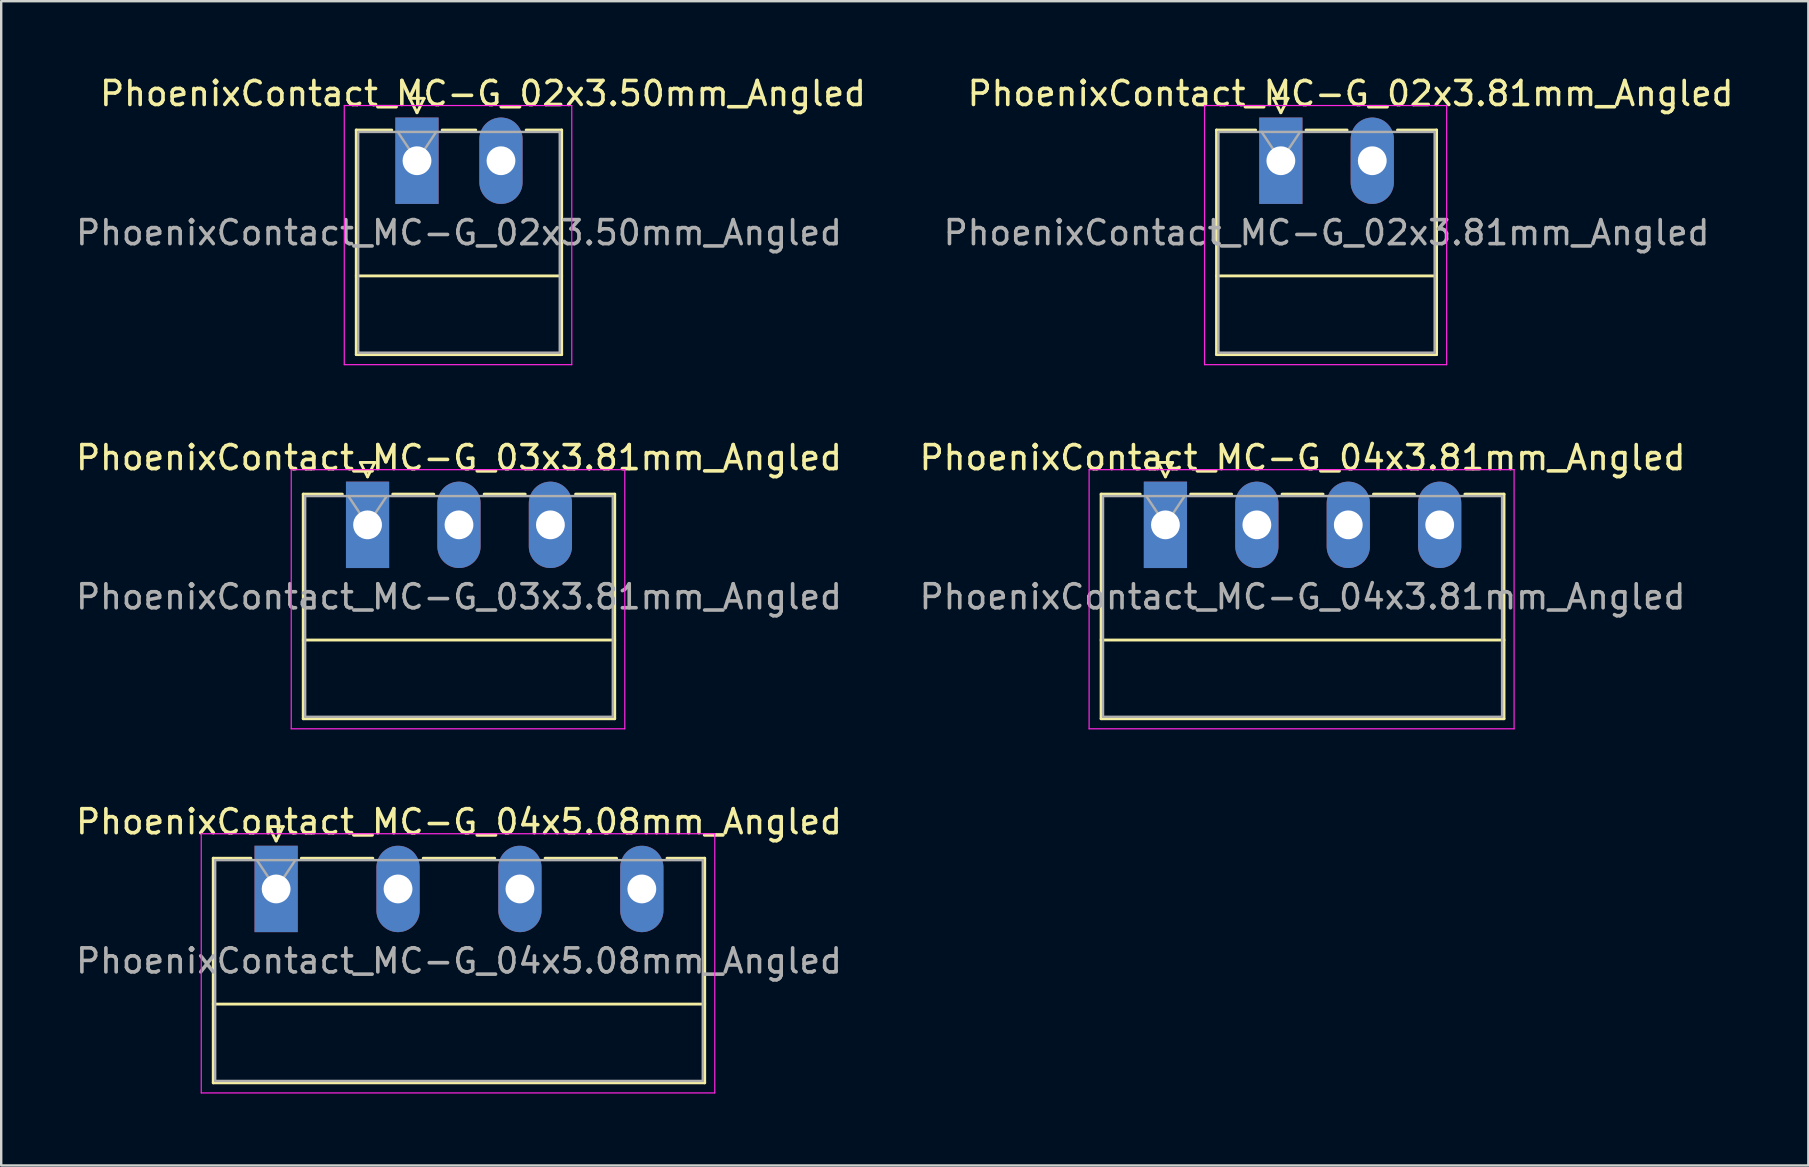
<source format=kicad_pcb>
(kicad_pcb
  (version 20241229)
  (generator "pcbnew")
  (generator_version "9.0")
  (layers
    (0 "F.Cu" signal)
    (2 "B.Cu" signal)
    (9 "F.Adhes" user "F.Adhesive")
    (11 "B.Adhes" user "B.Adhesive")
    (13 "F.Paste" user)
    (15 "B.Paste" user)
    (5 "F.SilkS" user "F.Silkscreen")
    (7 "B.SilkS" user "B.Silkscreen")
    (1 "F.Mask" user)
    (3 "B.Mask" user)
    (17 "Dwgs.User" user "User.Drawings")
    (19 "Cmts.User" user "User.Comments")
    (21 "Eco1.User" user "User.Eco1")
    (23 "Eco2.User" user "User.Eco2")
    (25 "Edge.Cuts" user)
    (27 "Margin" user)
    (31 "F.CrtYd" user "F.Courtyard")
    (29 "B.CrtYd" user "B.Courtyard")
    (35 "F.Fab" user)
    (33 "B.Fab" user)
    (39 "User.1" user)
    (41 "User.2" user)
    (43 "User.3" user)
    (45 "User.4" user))
  (footprint "PhoenixContact_MC-G_02x3.50mm_Angled"
    (layer "F.Cu")
    (at 14.327 3.648)
    (property "Reference" "PhoenixContact_MC-G_02x3.50mm_Angled" (at 2.75 -2.8 0) (layer "F.SilkS") (effects (font (size 1 1) (thickness 0.15))))
    (attr through_hole)
    (fp_line (start -2.53 -1.28) (end -2.53 8.08) (stroke (width 0.12) (type solid)) (layer "F.SilkS"))
    (fp_line (start -2.53 -1.28) (end -1.05 -1.28) (stroke (width 0.12) (type solid)) (layer "F.SilkS"))
    (fp_line (start -2.53 4.8) (end 6.03 4.8) (stroke (width 0.12) (type solid)) (layer "F.SilkS"))
    (fp_line (start -2.53 8.08) (end 6.03 8.08) (stroke (width 0.12) (type solid)) (layer "F.SilkS"))
    (fp_line (start -0.3 -2.6) (end 0.3 -2.6) (stroke (width 0.12) (type solid)) (layer "F.SilkS"))
    (fp_line (start 0 -2) (end -0.3 -2.6) (stroke (width 0.12) (type solid)) (layer "F.SilkS"))
    (fp_line (start 0.3 -2.6) (end 0 -2) (stroke (width 0.12) (type solid)) (layer "F.SilkS"))
    (fp_line (start 1.05 -1.28) (end 2.45 -1.28) (stroke (width 0.12) (type solid)) (layer "F.SilkS"))
    (fp_line (start 6.03 -1.28) (end 4.55 -1.28) (stroke (width 0.12) (type solid)) (layer "F.SilkS"))
    (fp_line (start 6.03 8.08) (end 6.03 -1.28) (stroke (width 0.12) (type solid)) (layer "F.SilkS"))
    (fp_line (start -3.03 -2.3) (end -3.03 8.5) (stroke (width 0.05) (type solid)) (layer "F.CrtYd"))
    (fp_line (start -3.03 8.5) (end 6.45 8.5) (stroke (width 0.05) (type solid)) (layer "F.CrtYd"))
    (fp_line (start 6.45 -2.3) (end -3.03 -2.3) (stroke (width 0.05) (type solid)) (layer "F.CrtYd"))
    (fp_line (start 6.45 8.5) (end 6.45 -2.3) (stroke (width 0.05) (type solid)) (layer "F.CrtYd"))
    (fp_line (start -2.45 -1.2) (end -2.45 8) (stroke (width 0.1) (type solid)) (layer "F.Fab"))
    (fp_line (start -2.45 8) (end 5.95 8) (stroke (width 0.1) (type solid)) (layer "F.Fab"))
    (fp_line (start 0 0) (end -0.8 -1.2) (stroke (width 0.1) (type solid)) (layer "F.Fab"))
    (fp_line (start 0.8 -1.2) (end 0 0) (stroke (width 0.1) (type solid)) (layer "F.Fab"))
    (fp_line (start 5.95 -1.2) (end -2.45 -1.2) (stroke (width 0.1) (type solid)) (layer "F.Fab"))
    (fp_line (start 5.95 8) (end 5.95 -1.2) (stroke (width 0.1) (type solid)) (layer "F.Fab"))
    (fp_text user "${REFERENCE}" (at 1.75 3 0) (layer "F.Fab") (effects (font (size 1 1) (thickness 0.15))))
    (pad "1" thru_hole rect (at 0 0) (size 1.8 3.6) (drill 1.2) (layers "*.Cu" "*.Mask"))
    (pad "2" thru_hole oval (at 3.5 0) (size 1.8 3.6) (drill 1.2) (layers "*.Cu" "*.Mask")))
  (footprint "PhoenixContact_MC-G_03x3.81mm_Angled"
    (layer "F.Cu")
    (at 12.267 18.822)
    (property "Reference" "PhoenixContact_MC-G_03x3.81mm_Angled" (at 3.81 -2.8 0) (layer "F.SilkS") (effects (font (size 1 1) (thickness 0.15))))
    (attr through_hole)
    (fp_line (start -2.68 -1.28) (end -2.68 8.08) (stroke (width 0.12) (type solid)) (layer "F.SilkS"))
    (fp_line (start -2.68 -1.28) (end -1.05 -1.28) (stroke (width 0.12) (type solid)) (layer "F.SilkS"))
    (fp_line (start -2.68 4.8) (end 10.3 4.8) (stroke (width 0.12) (type solid)) (layer "F.SilkS"))
    (fp_line (start -2.68 8.08) (end 10.3 8.08) (stroke (width 0.12) (type solid)) (layer "F.SilkS"))
    (fp_line (start -0.3 -2.6) (end 0.3 -2.6) (stroke (width 0.12) (type solid)) (layer "F.SilkS"))
    (fp_line (start 0 -2) (end -0.3 -2.6) (stroke (width 0.12) (type solid)) (layer "F.SilkS"))
    (fp_line (start 0.3 -2.6) (end 0 -2) (stroke (width 0.12) (type solid)) (layer "F.SilkS"))
    (fp_line (start 1.05 -1.28) (end 2.76 -1.28) (stroke (width 0.12) (type solid)) (layer "F.SilkS"))
    (fp_line (start 4.86 -1.28) (end 6.57 -1.28) (stroke (width 0.12) (type solid)) (layer "F.SilkS"))
    (fp_line (start 10.3 -1.28) (end 8.67 -1.28) (stroke (width 0.12) (type solid)) (layer "F.SilkS"))
    (fp_line (start 10.3 8.08) (end 10.3 -1.28) (stroke (width 0.12) (type solid)) (layer "F.SilkS"))
    (fp_line (start -3.18 -2.3) (end -3.18 8.5) (stroke (width 0.05) (type solid)) (layer "F.CrtYd"))
    (fp_line (start -3.18 8.5) (end 10.72 8.5) (stroke (width 0.05) (type solid)) (layer "F.CrtYd"))
    (fp_line (start 10.72 -2.3) (end -3.18 -2.3) (stroke (width 0.05) (type solid)) (layer "F.CrtYd"))
    (fp_line (start 10.72 8.5) (end 10.72 -2.3) (stroke (width 0.05) (type solid)) (layer "F.CrtYd"))
    (fp_line (start -2.6 -1.2) (end -2.6 8) (stroke (width 0.1) (type solid)) (layer "F.Fab"))
    (fp_line (start -2.6 8) (end 10.22 8) (stroke (width 0.1) (type solid)) (layer "F.Fab"))
    (fp_line (start 0 0) (end -0.8 -1.2) (stroke (width 0.1) (type solid)) (layer "F.Fab"))
    (fp_line (start 0.8 -1.2) (end 0 0) (stroke (width 0.1) (type solid)) (layer "F.Fab"))
    (fp_line (start 10.22 -1.2) (end -2.6 -1.2) (stroke (width 0.1) (type solid)) (layer "F.Fab"))
    (fp_line (start 10.22 8) (end 10.22 -1.2) (stroke (width 0.1) (type solid)) (layer "F.Fab"))
    (fp_text user "${REFERENCE}" (at 3.81 3 0) (layer "F.Fab") (effects (font (size 1 1) (thickness 0.15))))
    (pad "1" thru_hole rect (at 0 0) (size 1.8 3.6) (drill 1.2) (layers "*.Cu" "*.Mask"))
    (pad "2" thru_hole oval (at 3.81 0) (size 1.8 3.6) (drill 1.2) (layers "*.Cu" "*.Mask"))
    (pad "3" thru_hole oval (at 7.62 0) (size 1.8 3.6) (drill 1.2) (layers "*.Cu" "*.Mask")))
  (footprint "PhoenixContact_MC-G_02x3.81mm_Angled"
    (layer "F.Cu")
    (at 50.327 3.648)
    (property "Reference" "PhoenixContact_MC-G_02x3.81mm_Angled" (at 2.905 -2.8 0) (layer "F.SilkS") (effects (font (size 1 1) (thickness 0.15))))
    (attr through_hole)
    (fp_line (start -2.68 -1.28) (end -2.68 8.08) (stroke (width 0.12) (type solid)) (layer "F.SilkS"))
    (fp_line (start -2.68 -1.28) (end -1.05 -1.28) (stroke (width 0.12) (type solid)) (layer "F.SilkS"))
    (fp_line (start -2.68 4.8) (end 6.49 4.8) (stroke (width 0.12) (type solid)) (layer "F.SilkS"))
    (fp_line (start -2.68 8.08) (end 6.49 8.08) (stroke (width 0.12) (type solid)) (layer "F.SilkS"))
    (fp_line (start -0.3 -2.6) (end 0.3 -2.6) (stroke (width 0.12) (type solid)) (layer "F.SilkS"))
    (fp_line (start 0 -2) (end -0.3 -2.6) (stroke (width 0.12) (type solid)) (layer "F.SilkS"))
    (fp_line (start 0.3 -2.6) (end 0 -2) (stroke (width 0.12) (type solid)) (layer "F.SilkS"))
    (fp_line (start 1.05 -1.28) (end 2.76 -1.28) (stroke (width 0.12) (type solid)) (layer "F.SilkS"))
    (fp_line (start 6.49 -1.28) (end 4.86 -1.28) (stroke (width 0.12) (type solid)) (layer "F.SilkS"))
    (fp_line (start 6.49 8.08) (end 6.49 -1.28) (stroke (width 0.12) (type solid)) (layer "F.SilkS"))
    (fp_line (start -3.18 -2.3) (end -3.18 8.5) (stroke (width 0.05) (type solid)) (layer "F.CrtYd"))
    (fp_line (start -3.18 8.5) (end 6.91 8.5) (stroke (width 0.05) (type solid)) (layer "F.CrtYd"))
    (fp_line (start 6.91 -2.3) (end -3.18 -2.3) (stroke (width 0.05) (type solid)) (layer "F.CrtYd"))
    (fp_line (start 6.91 8.5) (end 6.91 -2.3) (stroke (width 0.05) (type solid)) (layer "F.CrtYd"))
    (fp_line (start -2.6 -1.2) (end -2.6 8) (stroke (width 0.1) (type solid)) (layer "F.Fab"))
    (fp_line (start -2.6 8) (end 6.41 8) (stroke (width 0.1) (type solid)) (layer "F.Fab"))
    (fp_line (start 0 0) (end -0.8 -1.2) (stroke (width 0.1) (type solid)) (layer "F.Fab"))
    (fp_line (start 0.8 -1.2) (end 0 0) (stroke (width 0.1) (type solid)) (layer "F.Fab"))
    (fp_line (start 6.41 -1.2) (end -2.6 -1.2) (stroke (width 0.1) (type solid)) (layer "F.Fab"))
    (fp_line (start 6.41 8) (end 6.41 -1.2) (stroke (width 0.1) (type solid)) (layer "F.Fab"))
    (fp_text user "${REFERENCE}" (at 1.905 3 0) (layer "F.Fab") (effects (font (size 1 1) (thickness 0.15))))
    (pad "1" thru_hole rect (at 0 0) (size 1.8 3.6) (drill 1.2) (layers "*.Cu" "*.Mask"))
    (pad "2" thru_hole oval (at 3.81 0) (size 1.8 3.6) (drill 1.2) (layers "*.Cu" "*.Mask")))
  (footprint "PhoenixContact_MC-G_04x5.08mm_Angled"
    (layer "F.Cu")
    (at 8.457 33.995)
    (property "Reference" "PhoenixContact_MC-G_04x5.08mm_Angled" (at 7.62 -2.8 0) (layer "F.SilkS") (effects (font (size 1 1) (thickness 0.15))))
    (attr through_hole)
    (fp_line (start -2.62 -1.28) (end -2.62 8.08) (stroke (width 0.12) (type solid)) (layer "F.SilkS"))
    (fp_line (start -2.62 -1.28) (end -1.05 -1.28) (stroke (width 0.12) (type solid)) (layer "F.SilkS"))
    (fp_line (start -2.62 4.8) (end 17.86 4.8) (stroke (width 0.12) (type solid)) (layer "F.SilkS"))
    (fp_line (start -2.62 8.08) (end 17.86 8.08) (stroke (width 0.12) (type solid)) (layer "F.SilkS"))
    (fp_line (start -0.3 -2.6) (end 0.3 -2.6) (stroke (width 0.12) (type solid)) (layer "F.SilkS"))
    (fp_line (start 0 -2) (end -0.3 -2.6) (stroke (width 0.12) (type solid)) (layer "F.SilkS"))
    (fp_line (start 0.3 -2.6) (end 0 -2) (stroke (width 0.12) (type solid)) (layer "F.SilkS"))
    (fp_line (start 1.05 -1.28) (end 4.03 -1.28) (stroke (width 0.12) (type solid)) (layer "F.SilkS"))
    (fp_line (start 6.13 -1.28) (end 9.11 -1.28) (stroke (width 0.12) (type solid)) (layer "F.SilkS"))
    (fp_line (start 11.21 -1.28) (end 14.19 -1.28) (stroke (width 0.12) (type solid)) (layer "F.SilkS"))
    (fp_line (start 17.86 -1.28) (end 16.29 -1.28) (stroke (width 0.12) (type solid)) (layer "F.SilkS"))
    (fp_line (start 17.86 8.08) (end 17.86 -1.28) (stroke (width 0.12) (type solid)) (layer "F.SilkS"))
    (fp_line (start -3.12 -2.3) (end -3.12 8.5) (stroke (width 0.05) (type solid)) (layer "F.CrtYd"))
    (fp_line (start -3.12 8.5) (end 18.28 8.5) (stroke (width 0.05) (type solid)) (layer "F.CrtYd"))
    (fp_line (start 18.28 -2.3) (end -3.12 -2.3) (stroke (width 0.05) (type solid)) (layer "F.CrtYd"))
    (fp_line (start 18.28 8.5) (end 18.28 -2.3) (stroke (width 0.05) (type solid)) (layer "F.CrtYd"))
    (fp_line (start -2.54 -1.2) (end -2.54 8) (stroke (width 0.1) (type solid)) (layer "F.Fab"))
    (fp_line (start -2.54 8) (end 17.78 8) (stroke (width 0.1) (type solid)) (layer "F.Fab"))
    (fp_line (start 0 0) (end -0.8 -1.2) (stroke (width 0.1) (type solid)) (layer "F.Fab"))
    (fp_line (start 0.8 -1.2) (end 0 0) (stroke (width 0.1) (type solid)) (layer "F.Fab"))
    (fp_line (start 17.78 -1.2) (end -2.54 -1.2) (stroke (width 0.1) (type solid)) (layer "F.Fab"))
    (fp_line (start 17.78 8) (end 17.78 -1.2) (stroke (width 0.1) (type solid)) (layer "F.Fab"))
    (fp_text user "${REFERENCE}" (at 7.62 3 0) (layer "F.Fab") (effects (font (size 1 1) (thickness 0.15))))
    (pad "1" thru_hole rect (at 0 0) (size 1.8 3.6) (drill 1.2) (layers "*.Cu" "*.Mask"))
    (pad "2" thru_hole oval (at 5.08 0) (size 1.8 3.6) (drill 1.2) (layers "*.Cu" "*.Mask"))
    (pad "3" thru_hole oval (at 10.16 0) (size 1.8 3.6) (drill 1.2) (layers "*.Cu" "*.Mask"))
    (pad "4" thru_hole oval (at 15.24 0) (size 1.8 3.6) (drill 1.2) (layers "*.Cu" "*.Mask")))
  (footprint "PhoenixContact_MC-G_04x3.81mm_Angled"
    (layer "F.Cu")
    (at 45.517 18.822)
    (property "Reference" "PhoenixContact_MC-G_04x3.81mm_Angled" (at 5.715 -2.8 0) (layer "F.SilkS") (effects (font (size 1 1) (thickness 0.15))))
    (attr through_hole)
    (fp_line (start -2.68 -1.28) (end -2.68 8.08) (stroke (width 0.12) (type solid)) (layer "F.SilkS"))
    (fp_line (start -2.68 -1.28) (end -1.05 -1.28) (stroke (width 0.12) (type solid)) (layer "F.SilkS"))
    (fp_line (start -2.68 4.8) (end 14.11 4.8) (stroke (width 0.12) (type solid)) (layer "F.SilkS"))
    (fp_line (start -2.68 8.08) (end 14.11 8.08) (stroke (width 0.12) (type solid)) (layer "F.SilkS"))
    (fp_line (start -0.3 -2.6) (end 0.3 -2.6) (stroke (width 0.12) (type solid)) (layer "F.SilkS"))
    (fp_line (start 0 -2) (end -0.3 -2.6) (stroke (width 0.12) (type solid)) (layer "F.SilkS"))
    (fp_line (start 0.3 -2.6) (end 0 -2) (stroke (width 0.12) (type solid)) (layer "F.SilkS"))
    (fp_line (start 1.05 -1.28) (end 2.76 -1.28) (stroke (width 0.12) (type solid)) (layer "F.SilkS"))
    (fp_line (start 4.86 -1.28) (end 6.57 -1.28) (stroke (width 0.12) (type solid)) (layer "F.SilkS"))
    (fp_line (start 8.67 -1.28) (end 10.38 -1.28) (stroke (width 0.12) (type solid)) (layer "F.SilkS"))
    (fp_line (start 14.11 -1.28) (end 12.48 -1.28) (stroke (width 0.12) (type solid)) (layer "F.SilkS"))
    (fp_line (start 14.11 8.08) (end 14.11 -1.28) (stroke (width 0.12) (type solid)) (layer "F.SilkS"))
    (fp_line (start -3.18 -2.3) (end -3.18 8.5) (stroke (width 0.05) (type solid)) (layer "F.CrtYd"))
    (fp_line (start -3.18 8.5) (end 14.53 8.5) (stroke (width 0.05) (type solid)) (layer "F.CrtYd"))
    (fp_line (start 14.53 -2.3) (end -3.18 -2.3) (stroke (width 0.05) (type solid)) (layer "F.CrtYd"))
    (fp_line (start 14.53 8.5) (end 14.53 -2.3) (stroke (width 0.05) (type solid)) (layer "F.CrtYd"))
    (fp_line (start -2.6 -1.2) (end -2.6 8) (stroke (width 0.1) (type solid)) (layer "F.Fab"))
    (fp_line (start -2.6 8) (end 14.03 8) (stroke (width 0.1) (type solid)) (layer "F.Fab"))
    (fp_line (start 0 0) (end -0.8 -1.2) (stroke (width 0.1) (type solid)) (layer "F.Fab"))
    (fp_line (start 0.8 -1.2) (end 0 0) (stroke (width 0.1) (type solid)) (layer "F.Fab"))
    (fp_line (start 14.03 -1.2) (end -2.6 -1.2) (stroke (width 0.1) (type solid)) (layer "F.Fab"))
    (fp_line (start 14.03 8) (end 14.03 -1.2) (stroke (width 0.1) (type solid)) (layer "F.Fab"))
    (fp_text user "${REFERENCE}" (at 5.715 3 0) (layer "F.Fab") (effects (font (size 1 1) (thickness 0.15))))
    (pad "1" thru_hole rect (at 0 0) (size 1.8 3.6) (drill 1.2) (layers "*.Cu" "*.Mask"))
    (pad "2" thru_hole oval (at 3.81 0) (size 1.8 3.6) (drill 1.2) (layers "*.Cu" "*.Mask"))
    (pad "3" thru_hole oval (at 7.62 0) (size 1.8 3.6) (drill 1.2) (layers "*.Cu" "*.Mask"))
    (pad "4" thru_hole oval (at 11.43 0) (size 1.8 3.6) (drill 1.2) (layers "*.Cu" "*.Mask")))
  (gr_rect
    (start -3 -3)
    (end 72.31 45.52)
    (stroke (width 0.1) (type default))
    (fill no)
    (layer "Edge.Cuts")))
</source>
